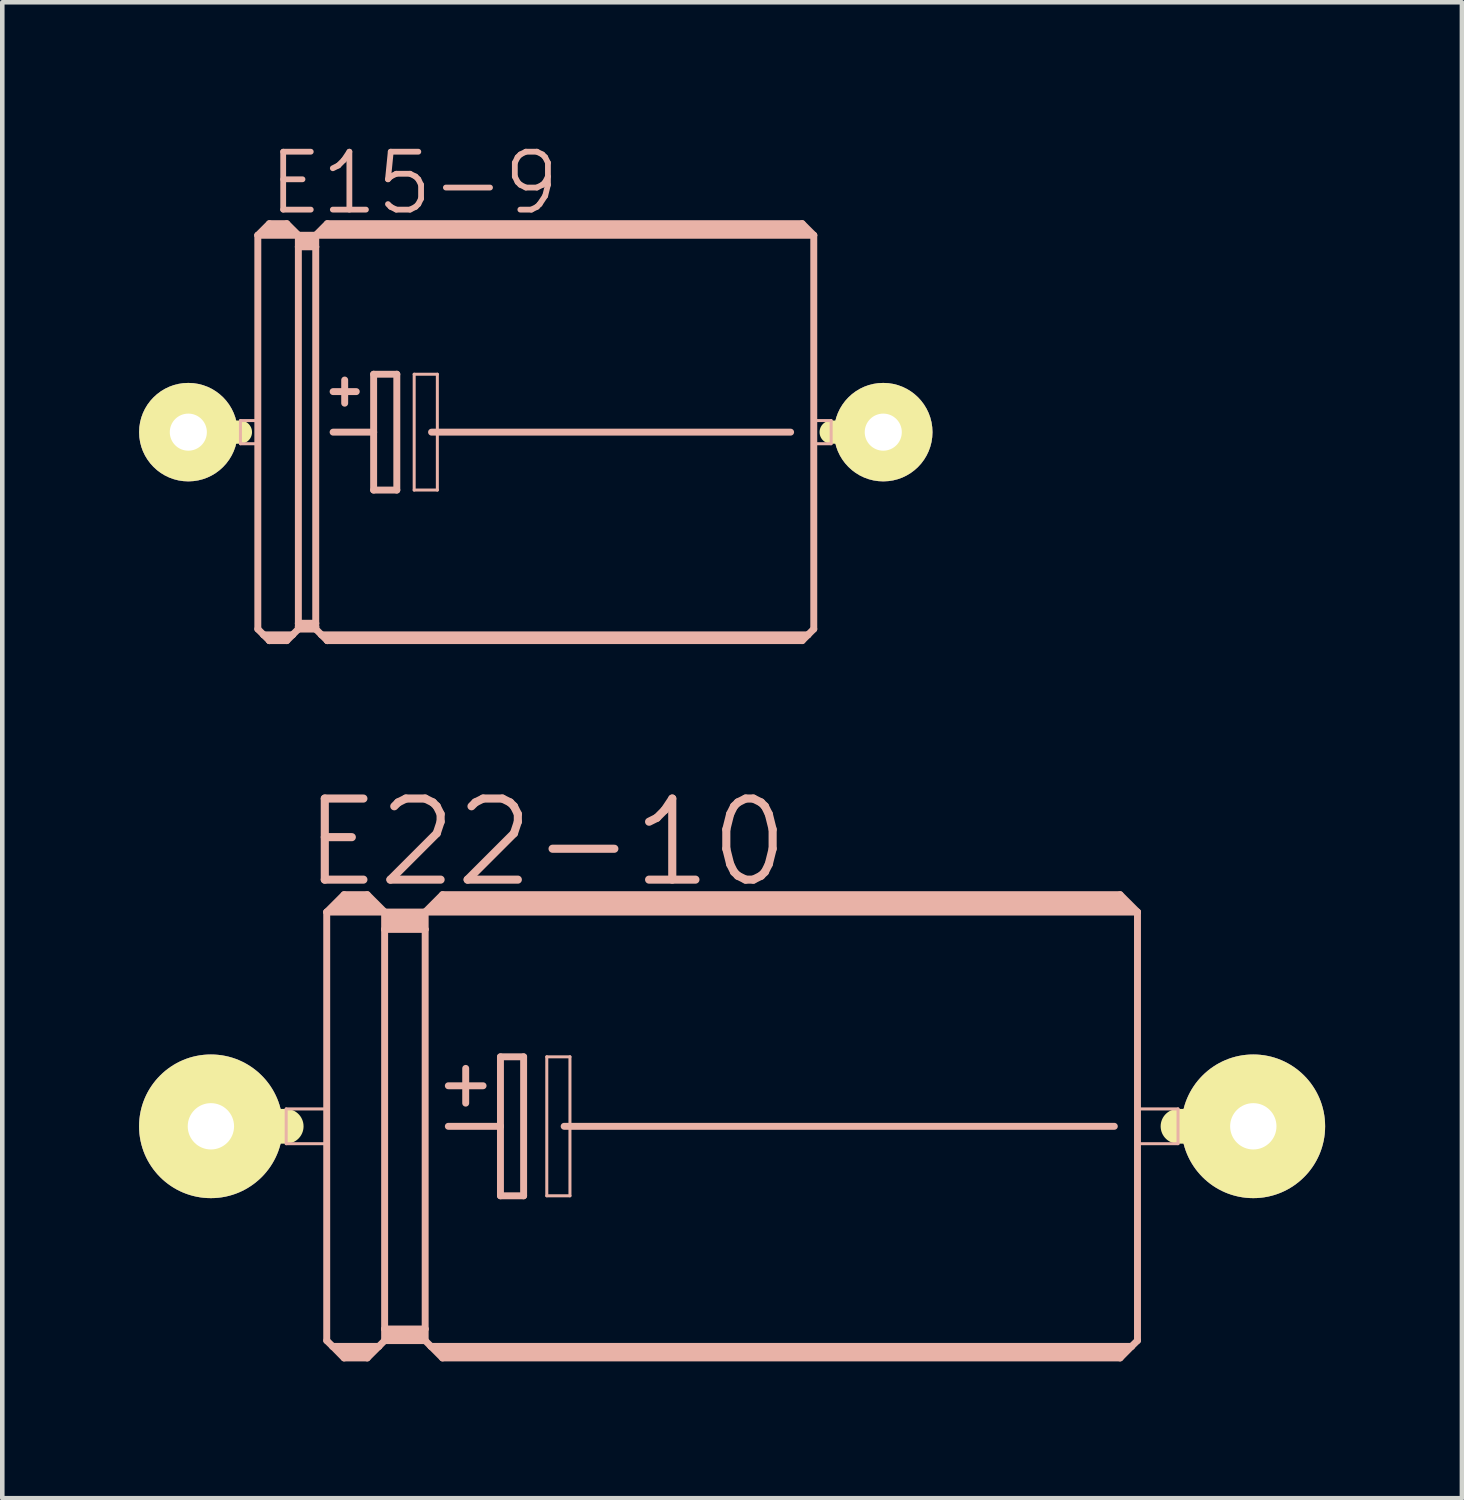
<source format=kicad_pcb>
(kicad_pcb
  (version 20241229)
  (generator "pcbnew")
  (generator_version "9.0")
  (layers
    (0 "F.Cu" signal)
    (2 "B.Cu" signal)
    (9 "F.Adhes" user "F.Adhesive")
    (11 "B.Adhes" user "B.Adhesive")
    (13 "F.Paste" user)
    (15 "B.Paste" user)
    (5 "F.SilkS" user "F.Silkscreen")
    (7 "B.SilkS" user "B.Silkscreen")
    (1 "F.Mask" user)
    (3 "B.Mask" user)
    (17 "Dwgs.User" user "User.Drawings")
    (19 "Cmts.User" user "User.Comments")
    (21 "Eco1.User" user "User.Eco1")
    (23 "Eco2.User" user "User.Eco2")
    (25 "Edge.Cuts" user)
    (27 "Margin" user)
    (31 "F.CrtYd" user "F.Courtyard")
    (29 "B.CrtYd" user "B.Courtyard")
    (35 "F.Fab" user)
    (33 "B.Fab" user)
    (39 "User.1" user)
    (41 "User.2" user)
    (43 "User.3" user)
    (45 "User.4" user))
  (footprint "E15-9"
    (layer "F.Cu")
    (at 8.7 6.427)
    (property "Reference" "E15-9" (at -2.667 -5.461 0) (layer "B.SilkS") (effects (font (size 1.27 1.27) (thickness 0.127))))
    (attr exclude_from_pos_files exclude_from_bom)
    (fp_line (start -7.62 0) (end -6.477 0) (stroke (width 0.508) (type solid)) (layer "F.SilkS"))
    (fp_line (start 7.62 0) (end 6.477 0) (stroke (width 0.508) (type solid)) (layer "F.SilkS"))
    (fp_line (start -6.477 -0.254) (end -6.096 -0.254) (stroke (width 0.066) (type solid)) (layer "B.SilkS"))
    (fp_line (start -6.477 0.254) (end -6.477 -0.254) (stroke (width 0.066) (type solid)) (layer "B.SilkS"))
    (fp_line (start -6.477 0.254) (end -6.096 0.254) (stroke (width 0.066) (type solid)) (layer "B.SilkS"))
    (fp_line (start -6.096 -4.318) (end -5.207 -4.318) (stroke (width 0.152) (type solid)) (layer "B.SilkS"))
    (fp_line (start -6.096 0.254) (end -6.096 -0.254) (stroke (width 0.066) (type solid)) (layer "B.SilkS"))
    (fp_line (start -6.096 4.318) (end -6.096 -4.318) (stroke (width 0.152) (type solid)) (layer "B.SilkS"))
    (fp_line (start -6.096 4.318) (end -5.969 4.445) (stroke (width 0.152) (type solid)) (layer "B.SilkS"))
    (fp_line (start -5.969 4.445) (end -5.842 4.572) (stroke (width 0.152) (type solid)) (layer "B.SilkS"))
    (fp_line (start -5.969 4.445) (end -5.334 4.445) (stroke (width 0.152) (type solid)) (layer "B.SilkS"))
    (fp_line (start -5.842 -4.572) (end -6.096 -4.318) (stroke (width 0.152) (type solid)) (layer "B.SilkS"))
    (fp_line (start -5.842 -4.572) (end -5.461 -4.572) (stroke (width 0.152) (type solid)) (layer "B.SilkS"))
    (fp_line (start -5.842 -4.445) (end -5.461 -4.445) (stroke (width 0.305) (type solid)) (layer "B.SilkS"))
    (fp_line (start -5.842 4.521) (end -5.842 4.572) (stroke (width 0.152) (type solid)) (layer "B.SilkS"))
    (fp_line (start -5.842 4.572) (end -5.461 4.572) (stroke (width 0.152) (type solid)) (layer "B.SilkS"))
    (fp_line (start -5.461 -4.572) (end -5.207 -4.318) (stroke (width 0.152) (type solid)) (layer "B.SilkS"))
    (fp_line (start -5.461 4.521) (end -5.842 4.521) (stroke (width 0.152) (type solid)) (layer "B.SilkS"))
    (fp_line (start -5.461 4.572) (end -5.334 4.445) (stroke (width 0.152) (type solid)) (layer "B.SilkS"))
    (fp_line (start -5.334 4.445) (end -5.207 4.318) (stroke (width 0.152) (type solid)) (layer "B.SilkS"))
    (fp_line (start -5.207 -4.318) (end -5.207 -4.064) (stroke (width 0.152) (type solid)) (layer "B.SilkS"))
    (fp_line (start -5.207 -4.318) (end -4.826 -4.318) (stroke (width 0.152) (type solid)) (layer "B.SilkS"))
    (fp_line (start -5.207 -4.064) (end -5.207 4.191) (stroke (width 0.152) (type solid)) (layer "B.SilkS"))
    (fp_line (start -5.207 -4.064) (end -4.826 -4.064) (stroke (width 0.152) (type solid)) (layer "B.SilkS"))
    (fp_line (start -5.207 4.191) (end -5.207 4.267) (stroke (width 0.152) (type solid)) (layer "B.SilkS"))
    (fp_line (start -5.207 4.191) (end -4.826 4.191) (stroke (width 0.152) (type solid)) (layer "B.SilkS"))
    (fp_line (start -5.207 4.267) (end -5.207 4.318) (stroke (width 0.152) (type solid)) (layer "B.SilkS"))
    (fp_line (start -5.207 4.318) (end -4.826 4.318) (stroke (width 0.152) (type solid)) (layer "B.SilkS"))
    (fp_line (start -5.08 -4.191) (end -4.953 -4.191) (stroke (width 0.305) (type solid)) (layer "B.SilkS"))
    (fp_line (start -4.826 -4.318) (end -4.826 -4.064) (stroke (width 0.152) (type solid)) (layer "B.SilkS"))
    (fp_line (start -4.826 -4.318) (end -4.572 -4.572) (stroke (width 0.152) (type solid)) (layer "B.SilkS"))
    (fp_line (start -4.826 -4.318) (end 6.096 -4.318) (stroke (width 0.152) (type solid)) (layer "B.SilkS"))
    (fp_line (start -4.826 -4.064) (end -4.826 4.191) (stroke (width 0.152) (type solid)) (layer "B.SilkS"))
    (fp_line (start -4.826 4.191) (end -4.826 4.267) (stroke (width 0.152) (type solid)) (layer "B.SilkS"))
    (fp_line (start -4.826 4.267) (end -5.207 4.267) (stroke (width 0.152) (type solid)) (layer "B.SilkS"))
    (fp_line (start -4.826 4.267) (end -4.826 4.318) (stroke (width 0.152) (type solid)) (layer "B.SilkS"))
    (fp_line (start -4.826 4.318) (end -4.699 4.445) (stroke (width 0.152) (type solid)) (layer "B.SilkS"))
    (fp_line (start -4.699 4.445) (end -4.572 4.572) (stroke (width 0.152) (type solid)) (layer "B.SilkS"))
    (fp_line (start -4.699 4.445) (end 5.969 4.445) (stroke (width 0.152) (type solid)) (layer "B.SilkS"))
    (fp_line (start -4.572 -4.572) (end 5.842 -4.572) (stroke (width 0.152) (type solid)) (layer "B.SilkS"))
    (fp_line (start -4.572 -4.445) (end 5.842 -4.445) (stroke (width 0.305) (type solid)) (layer "B.SilkS"))
    (fp_line (start -4.572 4.521) (end -4.572 4.572) (stroke (width 0.152) (type solid)) (layer "B.SilkS"))
    (fp_line (start -4.572 4.572) (end 5.842 4.572) (stroke (width 0.152) (type solid)) (layer "B.SilkS"))
    (fp_line (start -4.445 -0.889) (end -3.937 -0.889) (stroke (width 0.152) (type solid)) (layer "B.SilkS"))
    (fp_line (start -4.445 0) (end -3.556 0) (stroke (width 0.152) (type solid)) (layer "B.SilkS"))
    (fp_line (start -4.191 -1.143) (end -4.191 -0.635) (stroke (width 0.152) (type solid)) (layer "B.SilkS"))
    (fp_line (start -3.556 -1.27) (end -3.556 0) (stroke (width 0.152) (type solid)) (layer "B.SilkS"))
    (fp_line (start -3.556 0) (end -3.556 1.27) (stroke (width 0.152) (type solid)) (layer "B.SilkS"))
    (fp_line (start -3.556 1.27) (end -3.048 1.27) (stroke (width 0.152) (type solid)) (layer "B.SilkS"))
    (fp_line (start -3.048 -1.27) (end -3.556 -1.27) (stroke (width 0.152) (type solid)) (layer "B.SilkS"))
    (fp_line (start -3.048 1.27) (end -3.048 -1.27) (stroke (width 0.152) (type solid)) (layer "B.SilkS"))
    (fp_line (start -2.667 -1.27) (end -2.159 -1.27) (stroke (width 0.066) (type solid)) (layer "B.SilkS"))
    (fp_line (start -2.667 1.27) (end -2.667 -1.27) (stroke (width 0.066) (type solid)) (layer "B.SilkS"))
    (fp_line (start -2.667 1.27) (end -2.159 1.27) (stroke (width 0.066) (type solid)) (layer "B.SilkS"))
    (fp_line (start -2.286 0) (end 5.588 0) (stroke (width 0.152) (type solid)) (layer "B.SilkS"))
    (fp_line (start -2.159 1.27) (end -2.159 -1.27) (stroke (width 0.066) (type solid)) (layer "B.SilkS"))
    (fp_line (start 5.842 4.521) (end -4.572 4.521) (stroke (width 0.152) (type solid)) (layer "B.SilkS"))
    (fp_line (start 5.969 4.445) (end 5.842 4.572) (stroke (width 0.152) (type solid)) (layer "B.SilkS"))
    (fp_line (start 6.096 -4.318) (end 5.842 -4.572) (stroke (width 0.152) (type solid)) (layer "B.SilkS"))
    (fp_line (start 6.096 -4.318) (end 6.096 4.318) (stroke (width 0.152) (type solid)) (layer "B.SilkS"))
    (fp_line (start 6.096 -0.254) (end 6.477 -0.254) (stroke (width 0.066) (type solid)) (layer "B.SilkS"))
    (fp_line (start 6.096 0.254) (end 6.096 -0.254) (stroke (width 0.066) (type solid)) (layer "B.SilkS"))
    (fp_line (start 6.096 0.254) (end 6.477 0.254) (stroke (width 0.066) (type solid)) (layer "B.SilkS"))
    (fp_line (start 6.096 4.318) (end 5.969 4.445) (stroke (width 0.152) (type solid)) (layer "B.SilkS"))
    (fp_line (start 6.477 0.254) (end 6.477 -0.254) (stroke (width 0.066) (type solid)) (layer "B.SilkS"))
    (pad "+" thru_hole circle (at -7.62 0) (size 2.159 2.159) (drill 0.813) (layers "*.Cu" "F.Mask" "F.SilkS" "F.Paste"))
    (pad "-" thru_hole circle (at 7.62 0) (size 2.159 2.159) (drill 0.813) (layers "*.Cu" "F.Mask" "F.SilkS" "F.Paste")))
  (footprint "E22-10"
    (layer "F.Cu")
    (at 13.005 21.65)
    (property "Reference" "E22-10" (at -4.064 -6.223 0) (layer "B.SilkS") (effects (font (size 1.778 1.778) (thickness 0.178))))
    (attr exclude_from_pos_files exclude_from_bom)
    (fp_line (start -11.43 0) (end -9.779 0) (stroke (width 0.762) (type solid)) (layer "F.SilkS"))
    (fp_line (start 11.43 0) (end 9.779 0) (stroke (width 0.762) (type solid)) (layer "F.SilkS"))
    (fp_line (start -9.779 -0.381) (end -8.89 -0.381) (stroke (width 0.066) (type solid)) (layer "B.SilkS"))
    (fp_line (start -9.779 0.381) (end -9.779 -0.381) (stroke (width 0.066) (type solid)) (layer "B.SilkS"))
    (fp_line (start -9.779 0.381) (end -8.89 0.381) (stroke (width 0.066) (type solid)) (layer "B.SilkS"))
    (fp_line (start -8.89 -4.699) (end -8.89 4.699) (stroke (width 0.152) (type solid)) (layer "B.SilkS"))
    (fp_line (start -8.89 -4.699) (end -8.509 -5.08) (stroke (width 0.152) (type solid)) (layer "B.SilkS"))
    (fp_line (start -8.89 -4.699) (end -7.62 -4.699) (stroke (width 0.152) (type solid)) (layer "B.SilkS"))
    (fp_line (start -8.89 0.381) (end -8.89 -0.381) (stroke (width 0.066) (type solid)) (layer "B.SilkS"))
    (fp_line (start -8.89 4.699) (end -8.76 4.826) (stroke (width 0.152) (type solid)) (layer "B.SilkS"))
    (fp_line (start -8.76 4.826) (end -8.509 5.08) (stroke (width 0.152) (type solid)) (layer "B.SilkS"))
    (fp_line (start -8.76 4.826) (end -7.747 4.826) (stroke (width 0.152) (type solid)) (layer "B.SilkS"))
    (fp_line (start -8.636 -4.826) (end -7.874 -4.826) (stroke (width 0.305) (type solid)) (layer "B.SilkS"))
    (fp_line (start -8.509 -5.08) (end -8.001 -5.08) (stroke (width 0.152) (type solid)) (layer "B.SilkS"))
    (fp_line (start -8.509 -4.953) (end -8.001 -4.953) (stroke (width 0.305) (type solid)) (layer "B.SilkS"))
    (fp_line (start -8.509 4.953) (end -8.001 4.953) (stroke (width 0.254) (type solid)) (layer "B.SilkS"))
    (fp_line (start -8.509 5.08) (end -8.001 5.08) (stroke (width 0.152) (type solid)) (layer "B.SilkS"))
    (fp_line (start -7.747 4.826) (end -8.001 5.08) (stroke (width 0.152) (type solid)) (layer "B.SilkS"))
    (fp_line (start -7.62 -4.699) (end -8.001 -5.08) (stroke (width 0.152) (type solid)) (layer "B.SilkS"))
    (fp_line (start -7.62 -4.699) (end -7.62 -4.318) (stroke (width 0.152) (type solid)) (layer "B.SilkS"))
    (fp_line (start -7.62 -4.699) (end -6.731 -4.699) (stroke (width 0.152) (type solid)) (layer "B.SilkS"))
    (fp_line (start -7.62 -4.318) (end -6.731 -4.318) (stroke (width 0.152) (type solid)) (layer "B.SilkS"))
    (fp_line (start -7.62 4.445) (end -7.62 -4.318) (stroke (width 0.152) (type solid)) (layer "B.SilkS"))
    (fp_line (start -7.62 4.445) (end -6.731 4.445) (stroke (width 0.152) (type solid)) (layer "B.SilkS"))
    (fp_line (start -7.62 4.699) (end -7.747 4.826) (stroke (width 0.152) (type solid)) (layer "B.SilkS"))
    (fp_line (start -7.62 4.699) (end -7.62 4.445) (stroke (width 0.152) (type solid)) (layer "B.SilkS"))
    (fp_line (start -7.62 4.699) (end -6.731 4.699) (stroke (width 0.152) (type solid)) (layer "B.SilkS"))
    (fp_line (start -7.493 -4.572) (end -6.858 -4.572) (stroke (width 0.305) (type solid)) (layer "B.SilkS"))
    (fp_line (start -7.493 -4.445) (end -6.858 -4.445) (stroke (width 0.305) (type solid)) (layer "B.SilkS"))
    (fp_line (start -7.493 4.572) (end -6.858 4.572) (stroke (width 0.254) (type solid)) (layer "B.SilkS"))
    (fp_line (start -6.731 -4.699) (end -6.731 -4.318) (stroke (width 0.152) (type solid)) (layer "B.SilkS"))
    (fp_line (start -6.731 -4.699) (end 8.89 -4.699) (stroke (width 0.152) (type solid)) (layer "B.SilkS"))
    (fp_line (start -6.731 -4.318) (end -6.731 4.445) (stroke (width 0.152) (type solid)) (layer "B.SilkS"))
    (fp_line (start -6.731 4.445) (end -6.731 4.699) (stroke (width 0.152) (type solid)) (layer "B.SilkS"))
    (fp_line (start -6.604 4.826) (end -6.731 4.699) (stroke (width 0.152) (type solid)) (layer "B.SilkS"))
    (fp_line (start -6.604 4.826) (end 8.76 4.826) (stroke (width 0.152) (type solid)) (layer "B.SilkS"))
    (fp_line (start -6.477 -4.826) (end 8.636 -4.826) (stroke (width 0.305) (type solid)) (layer "B.SilkS"))
    (fp_line (start -6.35 -5.08) (end -6.731 -4.699) (stroke (width 0.152) (type solid)) (layer "B.SilkS"))
    (fp_line (start -6.35 -5.08) (end 8.509 -5.08) (stroke (width 0.152) (type solid)) (layer "B.SilkS"))
    (fp_line (start -6.35 -4.953) (end 8.509 -4.953) (stroke (width 0.305) (type solid)) (layer "B.SilkS"))
    (fp_line (start -6.35 4.953) (end 8.509 4.953) (stroke (width 0.254) (type solid)) (layer "B.SilkS"))
    (fp_line (start -6.35 5.08) (end -6.604 4.826) (stroke (width 0.152) (type solid)) (layer "B.SilkS"))
    (fp_line (start -6.35 5.08) (end 8.509 5.08) (stroke (width 0.152) (type solid)) (layer "B.SilkS"))
    (fp_line (start -6.223 -0.889) (end -5.461 -0.889) (stroke (width 0.152) (type solid)) (layer "B.SilkS"))
    (fp_line (start -6.223 0) (end -5.08 0) (stroke (width 0.152) (type solid)) (layer "B.SilkS"))
    (fp_line (start -5.842 -1.27) (end -5.842 -0.508) (stroke (width 0.152) (type solid)) (layer "B.SilkS"))
    (fp_line (start -5.08 -1.524) (end -5.08 0) (stroke (width 0.152) (type solid)) (layer "B.SilkS"))
    (fp_line (start -5.08 0) (end -5.08 1.524) (stroke (width 0.152) (type solid)) (layer "B.SilkS"))
    (fp_line (start -5.08 1.524) (end -4.572 1.524) (stroke (width 0.152) (type solid)) (layer "B.SilkS"))
    (fp_line (start -4.572 -1.524) (end -5.08 -1.524) (stroke (width 0.152) (type solid)) (layer "B.SilkS"))
    (fp_line (start -4.572 1.524) (end -4.572 -1.524) (stroke (width 0.152) (type solid)) (layer "B.SilkS"))
    (fp_line (start -4.064 -1.524) (end -3.556 -1.524) (stroke (width 0.066) (type solid)) (layer "B.SilkS"))
    (fp_line (start -4.064 1.524) (end -4.064 -1.524) (stroke (width 0.066) (type solid)) (layer "B.SilkS"))
    (fp_line (start -4.064 1.524) (end -3.556 1.524) (stroke (width 0.066) (type solid)) (layer "B.SilkS"))
    (fp_line (start -3.683 0) (end 8.382 0) (stroke (width 0.152) (type solid)) (layer "B.SilkS"))
    (fp_line (start -3.556 1.524) (end -3.556 -1.524) (stroke (width 0.066) (type solid)) (layer "B.SilkS"))
    (fp_line (start 8.509 -5.08) (end 8.89 -4.699) (stroke (width 0.152) (type solid)) (layer "B.SilkS"))
    (fp_line (start 8.509 5.08) (end 8.76 4.826) (stroke (width 0.152) (type solid)) (layer "B.SilkS"))
    (fp_line (start 8.76 4.826) (end 8.89 4.699) (stroke (width 0.152) (type solid)) (layer "B.SilkS"))
    (fp_line (start 8.89 -4.699) (end 8.89 4.699) (stroke (width 0.152) (type solid)) (layer "B.SilkS"))
    (fp_line (start 8.89 -0.381) (end 9.779 -0.381) (stroke (width 0.066) (type solid)) (layer "B.SilkS"))
    (fp_line (start 8.89 0.381) (end 8.89 -0.381) (stroke (width 0.066) (type solid)) (layer "B.SilkS"))
    (fp_line (start 8.89 0.381) (end 9.779 0.381) (stroke (width 0.066) (type solid)) (layer "B.SilkS"))
    (fp_line (start 9.779 0.381) (end 9.779 -0.381) (stroke (width 0.066) (type solid)) (layer "B.SilkS"))
    (pad "+" thru_hole circle (at -11.43 0) (size 3.15 3.15) (drill 1.016) (layers "*.Cu" "F.Mask" "F.SilkS" "F.Paste"))
    (pad "-" thru_hole circle (at 11.43 0) (size 3.15 3.15) (drill 1.016) (layers "*.Cu" "F.Mask" "F.SilkS" "F.Paste")))
  (gr_rect
    (start -3 -3)
    (end 29.01 29.806)
    (stroke (width 0.1) (type default))
    (fill no)
    (layer "Edge.Cuts")))
</source>
